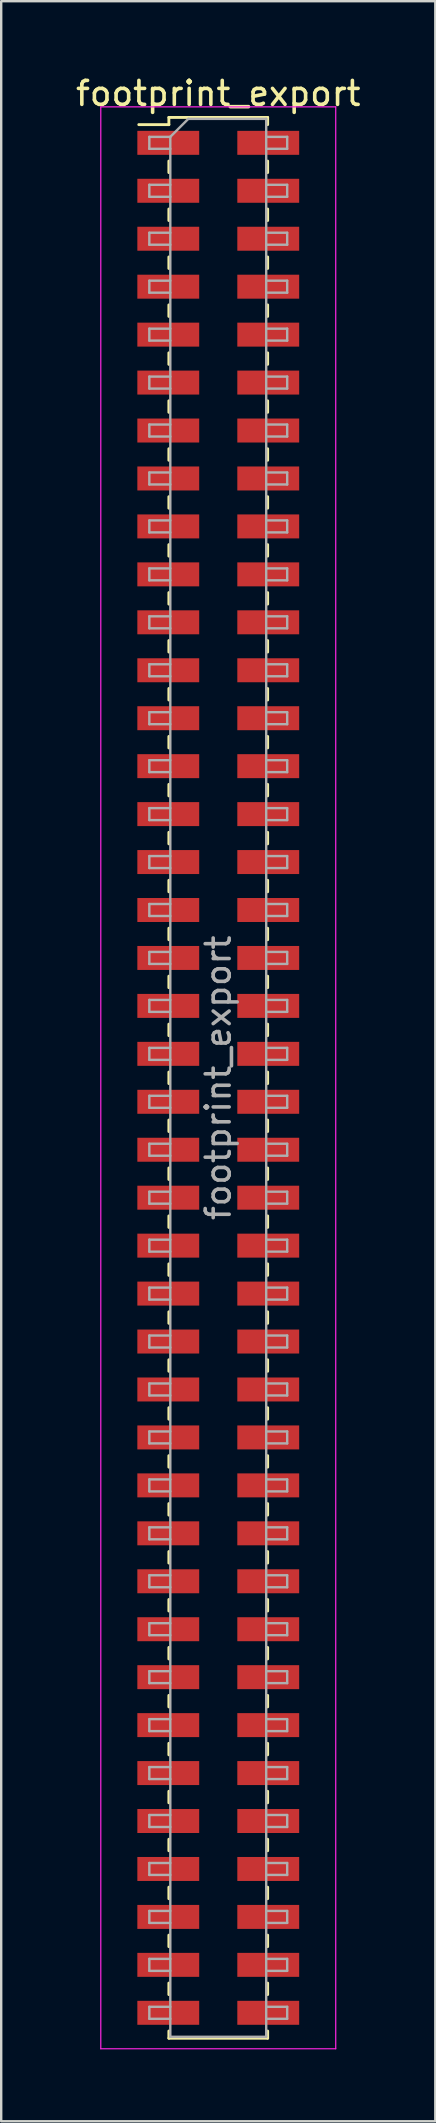
<source format=kicad_pcb>
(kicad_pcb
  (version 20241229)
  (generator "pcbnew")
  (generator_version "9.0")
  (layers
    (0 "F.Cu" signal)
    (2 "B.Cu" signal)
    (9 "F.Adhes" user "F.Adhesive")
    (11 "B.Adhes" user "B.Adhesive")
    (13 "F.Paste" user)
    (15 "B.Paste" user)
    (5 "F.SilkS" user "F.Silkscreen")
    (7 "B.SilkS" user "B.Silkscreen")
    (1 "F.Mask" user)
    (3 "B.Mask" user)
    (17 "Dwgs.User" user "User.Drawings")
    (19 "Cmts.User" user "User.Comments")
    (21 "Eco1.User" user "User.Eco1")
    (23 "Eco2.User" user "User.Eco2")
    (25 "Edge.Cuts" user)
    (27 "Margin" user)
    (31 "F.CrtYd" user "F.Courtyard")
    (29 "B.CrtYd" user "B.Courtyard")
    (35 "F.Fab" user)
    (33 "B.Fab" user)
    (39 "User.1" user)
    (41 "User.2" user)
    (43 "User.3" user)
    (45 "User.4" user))
  (footprint "footprint_export"
    (layer "F.Cu")
    (at 6.054 41.908)
    (property "Reference" "footprint_export" (at 0 -41.06 0) (layer "F.SilkS") (effects (font (size 1 1) (thickness 0.15))))
    (attr smd)
    (fp_line (start -3.315 -39.76) (end -2.06 -39.76) (stroke (width 0.12) (type solid)) (layer "F.SilkS"))
    (fp_line (start -2.06 -40.06) (end -2.06 -39.76) (stroke (width 0.12) (type solid)) (layer "F.SilkS"))
    (fp_line (start -2.06 -40.06) (end 2.06 -40.06) (stroke (width 0.12) (type solid)) (layer "F.SilkS"))
    (fp_line (start -2.06 -38.24) (end -2.06 -37.76) (stroke (width 0.12) (type solid)) (layer "F.SilkS"))
    (fp_line (start -2.06 -36.24) (end -2.06 -35.76) (stroke (width 0.12) (type solid)) (layer "F.SilkS"))
    (fp_line (start -2.06 -34.24) (end -2.06 -33.76) (stroke (width 0.12) (type solid)) (layer "F.SilkS"))
    (fp_line (start -2.06 -32.24) (end -2.06 -31.76) (stroke (width 0.12) (type solid)) (layer "F.SilkS"))
    (fp_line (start -2.06 -30.24) (end -2.06 -29.76) (stroke (width 0.12) (type solid)) (layer "F.SilkS"))
    (fp_line (start -2.06 -28.24) (end -2.06 -27.76) (stroke (width 0.12) (type solid)) (layer "F.SilkS"))
    (fp_line (start -2.06 -26.24) (end -2.06 -25.76) (stroke (width 0.12) (type solid)) (layer "F.SilkS"))
    (fp_line (start -2.06 -24.24) (end -2.06 -23.76) (stroke (width 0.12) (type solid)) (layer "F.SilkS"))
    (fp_line (start -2.06 -22.24) (end -2.06 -21.76) (stroke (width 0.12) (type solid)) (layer "F.SilkS"))
    (fp_line (start -2.06 -20.24) (end -2.06 -19.76) (stroke (width 0.12) (type solid)) (layer "F.SilkS"))
    (fp_line (start -2.06 -18.24) (end -2.06 -17.76) (stroke (width 0.12) (type solid)) (layer "F.SilkS"))
    (fp_line (start -2.06 -16.24) (end -2.06 -15.76) (stroke (width 0.12) (type solid)) (layer "F.SilkS"))
    (fp_line (start -2.06 -14.24) (end -2.06 -13.76) (stroke (width 0.12) (type solid)) (layer "F.SilkS"))
    (fp_line (start -2.06 -12.24) (end -2.06 -11.76) (stroke (width 0.12) (type solid)) (layer "F.SilkS"))
    (fp_line (start -2.06 -10.24) (end -2.06 -9.76) (stroke (width 0.12) (type solid)) (layer "F.SilkS"))
    (fp_line (start -2.06 -8.24) (end -2.06 -7.76) (stroke (width 0.12) (type solid)) (layer "F.SilkS"))
    (fp_line (start -2.06 -6.24) (end -2.06 -5.76) (stroke (width 0.12) (type solid)) (layer "F.SilkS"))
    (fp_line (start -2.06 -4.24) (end -2.06 -3.76) (stroke (width 0.12) (type solid)) (layer "F.SilkS"))
    (fp_line (start -2.06 -2.24) (end -2.06 -1.76) (stroke (width 0.12) (type solid)) (layer "F.SilkS"))
    (fp_line (start -2.06 -0.24) (end -2.06 0.24) (stroke (width 0.12) (type solid)) (layer "F.SilkS"))
    (fp_line (start -2.06 1.76) (end -2.06 2.24) (stroke (width 0.12) (type solid)) (layer "F.SilkS"))
    (fp_line (start -2.06 3.76) (end -2.06 4.24) (stroke (width 0.12) (type solid)) (layer "F.SilkS"))
    (fp_line (start -2.06 5.76) (end -2.06 6.24) (stroke (width 0.12) (type solid)) (layer "F.SilkS"))
    (fp_line (start -2.06 7.76) (end -2.06 8.24) (stroke (width 0.12) (type solid)) (layer "F.SilkS"))
    (fp_line (start -2.06 9.76) (end -2.06 10.24) (stroke (width 0.12) (type solid)) (layer "F.SilkS"))
    (fp_line (start -2.06 11.76) (end -2.06 12.24) (stroke (width 0.12) (type solid)) (layer "F.SilkS"))
    (fp_line (start -2.06 13.76) (end -2.06 14.24) (stroke (width 0.12) (type solid)) (layer "F.SilkS"))
    (fp_line (start -2.06 15.76) (end -2.06 16.24) (stroke (width 0.12) (type solid)) (layer "F.SilkS"))
    (fp_line (start -2.06 17.76) (end -2.06 18.24) (stroke (width 0.12) (type solid)) (layer "F.SilkS"))
    (fp_line (start -2.06 19.76) (end -2.06 20.24) (stroke (width 0.12) (type solid)) (layer "F.SilkS"))
    (fp_line (start -2.06 21.76) (end -2.06 22.24) (stroke (width 0.12) (type solid)) (layer "F.SilkS"))
    (fp_line (start -2.06 23.76) (end -2.06 24.24) (stroke (width 0.12) (type solid)) (layer "F.SilkS"))
    (fp_line (start -2.06 25.76) (end -2.06 26.24) (stroke (width 0.12) (type solid)) (layer "F.SilkS"))
    (fp_line (start -2.06 27.76) (end -2.06 28.24) (stroke (width 0.12) (type solid)) (layer "F.SilkS"))
    (fp_line (start -2.06 29.76) (end -2.06 30.24) (stroke (width 0.12) (type solid)) (layer "F.SilkS"))
    (fp_line (start -2.06 31.76) (end -2.06 32.24) (stroke (width 0.12) (type solid)) (layer "F.SilkS"))
    (fp_line (start -2.06 33.76) (end -2.06 34.24) (stroke (width 0.12) (type solid)) (layer "F.SilkS"))
    (fp_line (start -2.06 35.76) (end -2.06 36.24) (stroke (width 0.12) (type solid)) (layer "F.SilkS"))
    (fp_line (start -2.06 37.76) (end -2.06 38.24) (stroke (width 0.12) (type solid)) (layer "F.SilkS"))
    (fp_line (start -2.06 39.76) (end -2.06 40.06) (stroke (width 0.12) (type solid)) (layer "F.SilkS"))
    (fp_line (start -2.06 40.06) (end 2.06 40.06) (stroke (width 0.12) (type solid)) (layer "F.SilkS"))
    (fp_line (start 2.06 -40.06) (end 2.06 -39.76) (stroke (width 0.12) (type solid)) (layer "F.SilkS"))
    (fp_line (start 2.06 -38.24) (end 2.06 -37.76) (stroke (width 0.12) (type solid)) (layer "F.SilkS"))
    (fp_line (start 2.06 -36.24) (end 2.06 -35.76) (stroke (width 0.12) (type solid)) (layer "F.SilkS"))
    (fp_line (start 2.06 -34.24) (end 2.06 -33.76) (stroke (width 0.12) (type solid)) (layer "F.SilkS"))
    (fp_line (start 2.06 -32.24) (end 2.06 -31.76) (stroke (width 0.12) (type solid)) (layer "F.SilkS"))
    (fp_line (start 2.06 -30.24) (end 2.06 -29.76) (stroke (width 0.12) (type solid)) (layer "F.SilkS"))
    (fp_line (start 2.06 -28.24) (end 2.06 -27.76) (stroke (width 0.12) (type solid)) (layer "F.SilkS"))
    (fp_line (start 2.06 -26.24) (end 2.06 -25.76) (stroke (width 0.12) (type solid)) (layer "F.SilkS"))
    (fp_line (start 2.06 -24.24) (end 2.06 -23.76) (stroke (width 0.12) (type solid)) (layer "F.SilkS"))
    (fp_line (start 2.06 -22.24) (end 2.06 -21.76) (stroke (width 0.12) (type solid)) (layer "F.SilkS"))
    (fp_line (start 2.06 -20.24) (end 2.06 -19.76) (stroke (width 0.12) (type solid)) (layer "F.SilkS"))
    (fp_line (start 2.06 -18.24) (end 2.06 -17.76) (stroke (width 0.12) (type solid)) (layer "F.SilkS"))
    (fp_line (start 2.06 -16.24) (end 2.06 -15.76) (stroke (width 0.12) (type solid)) (layer "F.SilkS"))
    (fp_line (start 2.06 -14.24) (end 2.06 -13.76) (stroke (width 0.12) (type solid)) (layer "F.SilkS"))
    (fp_line (start 2.06 -12.24) (end 2.06 -11.76) (stroke (width 0.12) (type solid)) (layer "F.SilkS"))
    (fp_line (start 2.06 -10.24) (end 2.06 -9.76) (stroke (width 0.12) (type solid)) (layer "F.SilkS"))
    (fp_line (start 2.06 -8.24) (end 2.06 -7.76) (stroke (width 0.12) (type solid)) (layer "F.SilkS"))
    (fp_line (start 2.06 -6.24) (end 2.06 -5.76) (stroke (width 0.12) (type solid)) (layer "F.SilkS"))
    (fp_line (start 2.06 -4.24) (end 2.06 -3.76) (stroke (width 0.12) (type solid)) (layer "F.SilkS"))
    (fp_line (start 2.06 -2.24) (end 2.06 -1.76) (stroke (width 0.12) (type solid)) (layer "F.SilkS"))
    (fp_line (start 2.06 -0.24) (end 2.06 0.24) (stroke (width 0.12) (type solid)) (layer "F.SilkS"))
    (fp_line (start 2.06 1.76) (end 2.06 2.24) (stroke (width 0.12) (type solid)) (layer "F.SilkS"))
    (fp_line (start 2.06 3.76) (end 2.06 4.24) (stroke (width 0.12) (type solid)) (layer "F.SilkS"))
    (fp_line (start 2.06 5.76) (end 2.06 6.24) (stroke (width 0.12) (type solid)) (layer "F.SilkS"))
    (fp_line (start 2.06 7.76) (end 2.06 8.24) (stroke (width 0.12) (type solid)) (layer "F.SilkS"))
    (fp_line (start 2.06 9.76) (end 2.06 10.24) (stroke (width 0.12) (type solid)) (layer "F.SilkS"))
    (fp_line (start 2.06 11.76) (end 2.06 12.24) (stroke (width 0.12) (type solid)) (layer "F.SilkS"))
    (fp_line (start 2.06 13.76) (end 2.06 14.24) (stroke (width 0.12) (type solid)) (layer "F.SilkS"))
    (fp_line (start 2.06 15.76) (end 2.06 16.24) (stroke (width 0.12) (type solid)) (layer "F.SilkS"))
    (fp_line (start 2.06 17.76) (end 2.06 18.24) (stroke (width 0.12) (type solid)) (layer "F.SilkS"))
    (fp_line (start 2.06 19.76) (end 2.06 20.24) (stroke (width 0.12) (type solid)) (layer "F.SilkS"))
    (fp_line (start 2.06 21.76) (end 2.06 22.24) (stroke (width 0.12) (type solid)) (layer "F.SilkS"))
    (fp_line (start 2.06 23.76) (end 2.06 24.24) (stroke (width 0.12) (type solid)) (layer "F.SilkS"))
    (fp_line (start 2.06 25.76) (end 2.06 26.24) (stroke (width 0.12) (type solid)) (layer "F.SilkS"))
    (fp_line (start 2.06 27.76) (end 2.06 28.24) (stroke (width 0.12) (type solid)) (layer "F.SilkS"))
    (fp_line (start 2.06 29.76) (end 2.06 30.24) (stroke (width 0.12) (type solid)) (layer "F.SilkS"))
    (fp_line (start 2.06 31.76) (end 2.06 32.24) (stroke (width 0.12) (type solid)) (layer "F.SilkS"))
    (fp_line (start 2.06 33.76) (end 2.06 34.24) (stroke (width 0.12) (type solid)) (layer "F.SilkS"))
    (fp_line (start 2.06 35.76) (end 2.06 36.24) (stroke (width 0.12) (type solid)) (layer "F.SilkS"))
    (fp_line (start 2.06 37.76) (end 2.06 38.24) (stroke (width 0.12) (type solid)) (layer "F.SilkS"))
    (fp_line (start 2.06 39.76) (end 2.06 40.06) (stroke (width 0.12) (type solid)) (layer "F.SilkS"))
    (fp_line (start -4.9 -40.5) (end -4.9 40.5) (stroke (width 0.05) (type solid)) (layer "F.CrtYd"))
    (fp_line (start -4.9 40.5) (end 4.9 40.5) (stroke (width 0.05) (type solid)) (layer "F.CrtYd"))
    (fp_line (start 4.9 -40.5) (end -4.9 -40.5) (stroke (width 0.05) (type solid)) (layer "F.CrtYd"))
    (fp_line (start 4.9 40.5) (end 4.9 -40.5) (stroke (width 0.05) (type solid)) (layer "F.CrtYd"))
    (fp_line (start -2.875 -39.25) (end -2.875 -38.75) (stroke (width 0.1) (type solid)) (layer "F.Fab"))
    (fp_line (start -2.875 -38.75) (end -2 -38.75) (stroke (width 0.1) (type solid)) (layer "F.Fab"))
    (fp_line (start -2.875 -37.25) (end -2.875 -36.75) (stroke (width 0.1) (type solid)) (layer "F.Fab"))
    (fp_line (start -2.875 -36.75) (end -2 -36.75) (stroke (width 0.1) (type solid)) (layer "F.Fab"))
    (fp_line (start -2.875 -35.25) (end -2.875 -34.75) (stroke (width 0.1) (type solid)) (layer "F.Fab"))
    (fp_line (start -2.875 -34.75) (end -2 -34.75) (stroke (width 0.1) (type solid)) (layer "F.Fab"))
    (fp_line (start -2.875 -33.25) (end -2.875 -32.75) (stroke (width 0.1) (type solid)) (layer "F.Fab"))
    (fp_line (start -2.875 -32.75) (end -2 -32.75) (stroke (width 0.1) (type solid)) (layer "F.Fab"))
    (fp_line (start -2.875 -31.25) (end -2.875 -30.75) (stroke (width 0.1) (type solid)) (layer "F.Fab"))
    (fp_line (start -2.875 -30.75) (end -2 -30.75) (stroke (width 0.1) (type solid)) (layer "F.Fab"))
    (fp_line (start -2.875 -29.25) (end -2.875 -28.75) (stroke (width 0.1) (type solid)) (layer "F.Fab"))
    (fp_line (start -2.875 -28.75) (end -2 -28.75) (stroke (width 0.1) (type solid)) (layer "F.Fab"))
    (fp_line (start -2.875 -27.25) (end -2.875 -26.75) (stroke (width 0.1) (type solid)) (layer "F.Fab"))
    (fp_line (start -2.875 -26.75) (end -2 -26.75) (stroke (width 0.1) (type solid)) (layer "F.Fab"))
    (fp_line (start -2.875 -25.25) (end -2.875 -24.75) (stroke (width 0.1) (type solid)) (layer "F.Fab"))
    (fp_line (start -2.875 -24.75) (end -2 -24.75) (stroke (width 0.1) (type solid)) (layer "F.Fab"))
    (fp_line (start -2.875 -23.25) (end -2.875 -22.75) (stroke (width 0.1) (type solid)) (layer "F.Fab"))
    (fp_line (start -2.875 -22.75) (end -2 -22.75) (stroke (width 0.1) (type solid)) (layer "F.Fab"))
    (fp_line (start -2.875 -21.25) (end -2.875 -20.75) (stroke (width 0.1) (type solid)) (layer "F.Fab"))
    (fp_line (start -2.875 -20.75) (end -2 -20.75) (stroke (width 0.1) (type solid)) (layer "F.Fab"))
    (fp_line (start -2.875 -19.25) (end -2.875 -18.75) (stroke (width 0.1) (type solid)) (layer "F.Fab"))
    (fp_line (start -2.875 -18.75) (end -2 -18.75) (stroke (width 0.1) (type solid)) (layer "F.Fab"))
    (fp_line (start -2.875 -17.25) (end -2.875 -16.75) (stroke (width 0.1) (type solid)) (layer "F.Fab"))
    (fp_line (start -2.875 -16.75) (end -2 -16.75) (stroke (width 0.1) (type solid)) (layer "F.Fab"))
    (fp_line (start -2.875 -15.25) (end -2.875 -14.75) (stroke (width 0.1) (type solid)) (layer "F.Fab"))
    (fp_line (start -2.875 -14.75) (end -2 -14.75) (stroke (width 0.1) (type solid)) (layer "F.Fab"))
    (fp_line (start -2.875 -13.25) (end -2.875 -12.75) (stroke (width 0.1) (type solid)) (layer "F.Fab"))
    (fp_line (start -2.875 -12.75) (end -2 -12.75) (stroke (width 0.1) (type solid)) (layer "F.Fab"))
    (fp_line (start -2.875 -11.25) (end -2.875 -10.75) (stroke (width 0.1) (type solid)) (layer "F.Fab"))
    (fp_line (start -2.875 -10.75) (end -2 -10.75) (stroke (width 0.1) (type solid)) (layer "F.Fab"))
    (fp_line (start -2.875 -9.25) (end -2.875 -8.75) (stroke (width 0.1) (type solid)) (layer "F.Fab"))
    (fp_line (start -2.875 -8.75) (end -2 -8.75) (stroke (width 0.1) (type solid)) (layer "F.Fab"))
    (fp_line (start -2.875 -7.25) (end -2.875 -6.75) (stroke (width 0.1) (type solid)) (layer "F.Fab"))
    (fp_line (start -2.875 -6.75) (end -2 -6.75) (stroke (width 0.1) (type solid)) (layer "F.Fab"))
    (fp_line (start -2.875 -5.25) (end -2.875 -4.75) (stroke (width 0.1) (type solid)) (layer "F.Fab"))
    (fp_line (start -2.875 -4.75) (end -2 -4.75) (stroke (width 0.1) (type solid)) (layer "F.Fab"))
    (fp_line (start -2.875 -3.25) (end -2.875 -2.75) (stroke (width 0.1) (type solid)) (layer "F.Fab"))
    (fp_line (start -2.875 -2.75) (end -2 -2.75) (stroke (width 0.1) (type solid)) (layer "F.Fab"))
    (fp_line (start -2.875 -1.25) (end -2.875 -0.75) (stroke (width 0.1) (type solid)) (layer "F.Fab"))
    (fp_line (start -2.875 -0.75) (end -2 -0.75) (stroke (width 0.1) (type solid)) (layer "F.Fab"))
    (fp_line (start -2.875 0.75) (end -2.875 1.25) (stroke (width 0.1) (type solid)) (layer "F.Fab"))
    (fp_line (start -2.875 1.25) (end -2 1.25) (stroke (width 0.1) (type solid)) (layer "F.Fab"))
    (fp_line (start -2.875 2.75) (end -2.875 3.25) (stroke (width 0.1) (type solid)) (layer "F.Fab"))
    (fp_line (start -2.875 3.25) (end -2 3.25) (stroke (width 0.1) (type solid)) (layer "F.Fab"))
    (fp_line (start -2.875 4.75) (end -2.875 5.25) (stroke (width 0.1) (type solid)) (layer "F.Fab"))
    (fp_line (start -2.875 5.25) (end -2 5.25) (stroke (width 0.1) (type solid)) (layer "F.Fab"))
    (fp_line (start -2.875 6.75) (end -2.875 7.25) (stroke (width 0.1) (type solid)) (layer "F.Fab"))
    (fp_line (start -2.875 7.25) (end -2 7.25) (stroke (width 0.1) (type solid)) (layer "F.Fab"))
    (fp_line (start -2.875 8.75) (end -2.875 9.25) (stroke (width 0.1) (type solid)) (layer "F.Fab"))
    (fp_line (start -2.875 9.25) (end -2 9.25) (stroke (width 0.1) (type solid)) (layer "F.Fab"))
    (fp_line (start -2.875 10.75) (end -2.875 11.25) (stroke (width 0.1) (type solid)) (layer "F.Fab"))
    (fp_line (start -2.875 11.25) (end -2 11.25) (stroke (width 0.1) (type solid)) (layer "F.Fab"))
    (fp_line (start -2.875 12.75) (end -2.875 13.25) (stroke (width 0.1) (type solid)) (layer "F.Fab"))
    (fp_line (start -2.875 13.25) (end -2 13.25) (stroke (width 0.1) (type solid)) (layer "F.Fab"))
    (fp_line (start -2.875 14.75) (end -2.875 15.25) (stroke (width 0.1) (type solid)) (layer "F.Fab"))
    (fp_line (start -2.875 15.25) (end -2 15.25) (stroke (width 0.1) (type solid)) (layer "F.Fab"))
    (fp_line (start -2.875 16.75) (end -2.875 17.25) (stroke (width 0.1) (type solid)) (layer "F.Fab"))
    (fp_line (start -2.875 17.25) (end -2 17.25) (stroke (width 0.1) (type solid)) (layer "F.Fab"))
    (fp_line (start -2.875 18.75) (end -2.875 19.25) (stroke (width 0.1) (type solid)) (layer "F.Fab"))
    (fp_line (start -2.875 19.25) (end -2 19.25) (stroke (width 0.1) (type solid)) (layer "F.Fab"))
    (fp_line (start -2.875 20.75) (end -2.875 21.25) (stroke (width 0.1) (type solid)) (layer "F.Fab"))
    (fp_line (start -2.875 21.25) (end -2 21.25) (stroke (width 0.1) (type solid)) (layer "F.Fab"))
    (fp_line (start -2.875 22.75) (end -2.875 23.25) (stroke (width 0.1) (type solid)) (layer "F.Fab"))
    (fp_line (start -2.875 23.25) (end -2 23.25) (stroke (width 0.1) (type solid)) (layer "F.Fab"))
    (fp_line (start -2.875 24.75) (end -2.875 25.25) (stroke (width 0.1) (type solid)) (layer "F.Fab"))
    (fp_line (start -2.875 25.25) (end -2 25.25) (stroke (width 0.1) (type solid)) (layer "F.Fab"))
    (fp_line (start -2.875 26.75) (end -2.875 27.25) (stroke (width 0.1) (type solid)) (layer "F.Fab"))
    (fp_line (start -2.875 27.25) (end -2 27.25) (stroke (width 0.1) (type solid)) (layer "F.Fab"))
    (fp_line (start -2.875 28.75) (end -2.875 29.25) (stroke (width 0.1) (type solid)) (layer "F.Fab"))
    (fp_line (start -2.875 29.25) (end -2 29.25) (stroke (width 0.1) (type solid)) (layer "F.Fab"))
    (fp_line (start -2.875 30.75) (end -2.875 31.25) (stroke (width 0.1) (type solid)) (layer "F.Fab"))
    (fp_line (start -2.875 31.25) (end -2 31.25) (stroke (width 0.1) (type solid)) (layer "F.Fab"))
    (fp_line (start -2.875 32.75) (end -2.875 33.25) (stroke (width 0.1) (type solid)) (layer "F.Fab"))
    (fp_line (start -2.875 33.25) (end -2 33.25) (stroke (width 0.1) (type solid)) (layer "F.Fab"))
    (fp_line (start -2.875 34.75) (end -2.875 35.25) (stroke (width 0.1) (type solid)) (layer "F.Fab"))
    (fp_line (start -2.875 35.25) (end -2 35.25) (stroke (width 0.1) (type solid)) (layer "F.Fab"))
    (fp_line (start -2.875 36.75) (end -2.875 37.25) (stroke (width 0.1) (type solid)) (layer "F.Fab"))
    (fp_line (start -2.875 37.25) (end -2 37.25) (stroke (width 0.1) (type solid)) (layer "F.Fab"))
    (fp_line (start -2.875 38.75) (end -2.875 39.25) (stroke (width 0.1) (type solid)) (layer "F.Fab"))
    (fp_line (start -2.875 39.25) (end -2 39.25) (stroke (width 0.1) (type solid)) (layer "F.Fab"))
    (fp_line (start -2 -39.25) (end -2.875 -39.25) (stroke (width 0.1) (type solid)) (layer "F.Fab"))
    (fp_line (start -2 -39.25) (end -1.25 -40) (stroke (width 0.1) (type solid)) (layer "F.Fab"))
    (fp_line (start -2 -37.25) (end -2.875 -37.25) (stroke (width 0.1) (type solid)) (layer "F.Fab"))
    (fp_line (start -2 -35.25) (end -2.875 -35.25) (stroke (width 0.1) (type solid)) (layer "F.Fab"))
    (fp_line (start -2 -33.25) (end -2.875 -33.25) (stroke (width 0.1) (type solid)) (layer "F.Fab"))
    (fp_line (start -2 -31.25) (end -2.875 -31.25) (stroke (width 0.1) (type solid)) (layer "F.Fab"))
    (fp_line (start -2 -29.25) (end -2.875 -29.25) (stroke (width 0.1) (type solid)) (layer "F.Fab"))
    (fp_line (start -2 -27.25) (end -2.875 -27.25) (stroke (width 0.1) (type solid)) (layer "F.Fab"))
    (fp_line (start -2 -25.25) (end -2.875 -25.25) (stroke (width 0.1) (type solid)) (layer "F.Fab"))
    (fp_line (start -2 -23.25) (end -2.875 -23.25) (stroke (width 0.1) (type solid)) (layer "F.Fab"))
    (fp_line (start -2 -21.25) (end -2.875 -21.25) (stroke (width 0.1) (type solid)) (layer "F.Fab"))
    (fp_line (start -2 -19.25) (end -2.875 -19.25) (stroke (width 0.1) (type solid)) (layer "F.Fab"))
    (fp_line (start -2 -17.25) (end -2.875 -17.25) (stroke (width 0.1) (type solid)) (layer "F.Fab"))
    (fp_line (start -2 -15.25) (end -2.875 -15.25) (stroke (width 0.1) (type solid)) (layer "F.Fab"))
    (fp_line (start -2 -13.25) (end -2.875 -13.25) (stroke (width 0.1) (type solid)) (layer "F.Fab"))
    (fp_line (start -2 -11.25) (end -2.875 -11.25) (stroke (width 0.1) (type solid)) (layer "F.Fab"))
    (fp_line (start -2 -9.25) (end -2.875 -9.25) (stroke (width 0.1) (type solid)) (layer "F.Fab"))
    (fp_line (start -2 -7.25) (end -2.875 -7.25) (stroke (width 0.1) (type solid)) (layer "F.Fab"))
    (fp_line (start -2 -5.25) (end -2.875 -5.25) (stroke (width 0.1) (type solid)) (layer "F.Fab"))
    (fp_line (start -2 -3.25) (end -2.875 -3.25) (stroke (width 0.1) (type solid)) (layer "F.Fab"))
    (fp_line (start -2 -1.25) (end -2.875 -1.25) (stroke (width 0.1) (type solid)) (layer "F.Fab"))
    (fp_line (start -2 0.75) (end -2.875 0.75) (stroke (width 0.1) (type solid)) (layer "F.Fab"))
    (fp_line (start -2 2.75) (end -2.875 2.75) (stroke (width 0.1) (type solid)) (layer "F.Fab"))
    (fp_line (start -2 4.75) (end -2.875 4.75) (stroke (width 0.1) (type solid)) (layer "F.Fab"))
    (fp_line (start -2 6.75) (end -2.875 6.75) (stroke (width 0.1) (type solid)) (layer "F.Fab"))
    (fp_line (start -2 8.75) (end -2.875 8.75) (stroke (width 0.1) (type solid)) (layer "F.Fab"))
    (fp_line (start -2 10.75) (end -2.875 10.75) (stroke (width 0.1) (type solid)) (layer "F.Fab"))
    (fp_line (start -2 12.75) (end -2.875 12.75) (stroke (width 0.1) (type solid)) (layer "F.Fab"))
    (fp_line (start -2 14.75) (end -2.875 14.75) (stroke (width 0.1) (type solid)) (layer "F.Fab"))
    (fp_line (start -2 16.75) (end -2.875 16.75) (stroke (width 0.1) (type solid)) (layer "F.Fab"))
    (fp_line (start -2 18.75) (end -2.875 18.75) (stroke (width 0.1) (type solid)) (layer "F.Fab"))
    (fp_line (start -2 20.75) (end -2.875 20.75) (stroke (width 0.1) (type solid)) (layer "F.Fab"))
    (fp_line (start -2 22.75) (end -2.875 22.75) (stroke (width 0.1) (type solid)) (layer "F.Fab"))
    (fp_line (start -2 24.75) (end -2.875 24.75) (stroke (width 0.1) (type solid)) (layer "F.Fab"))
    (fp_line (start -2 26.75) (end -2.875 26.75) (stroke (width 0.1) (type solid)) (layer "F.Fab"))
    (fp_line (start -2 28.75) (end -2.875 28.75) (stroke (width 0.1) (type solid)) (layer "F.Fab"))
    (fp_line (start -2 30.75) (end -2.875 30.75) (stroke (width 0.1) (type solid)) (layer "F.Fab"))
    (fp_line (start -2 32.75) (end -2.875 32.75) (stroke (width 0.1) (type solid)) (layer "F.Fab"))
    (fp_line (start -2 34.75) (end -2.875 34.75) (stroke (width 0.1) (type solid)) (layer "F.Fab"))
    (fp_line (start -2 36.75) (end -2.875 36.75) (stroke (width 0.1) (type solid)) (layer "F.Fab"))
    (fp_line (start -2 38.75) (end -2.875 38.75) (stroke (width 0.1) (type solid)) (layer "F.Fab"))
    (fp_line (start -2 40) (end -2 -39.25) (stroke (width 0.1) (type solid)) (layer "F.Fab"))
    (fp_line (start -1.25 -40) (end 2 -40) (stroke (width 0.1) (type solid)) (layer "F.Fab"))
    (fp_line (start 2 -40) (end 2 40) (stroke (width 0.1) (type solid)) (layer "F.Fab"))
    (fp_line (start 2 -39.25) (end 2.875 -39.25) (stroke (width 0.1) (type solid)) (layer "F.Fab"))
    (fp_line (start 2 -37.25) (end 2.875 -37.25) (stroke (width 0.1) (type solid)) (layer "F.Fab"))
    (fp_line (start 2 -35.25) (end 2.875 -35.25) (stroke (width 0.1) (type solid)) (layer "F.Fab"))
    (fp_line (start 2 -33.25) (end 2.875 -33.25) (stroke (width 0.1) (type solid)) (layer "F.Fab"))
    (fp_line (start 2 -31.25) (end 2.875 -31.25) (stroke (width 0.1) (type solid)) (layer "F.Fab"))
    (fp_line (start 2 -29.25) (end 2.875 -29.25) (stroke (width 0.1) (type solid)) (layer "F.Fab"))
    (fp_line (start 2 -27.25) (end 2.875 -27.25) (stroke (width 0.1) (type solid)) (layer "F.Fab"))
    (fp_line (start 2 -25.25) (end 2.875 -25.25) (stroke (width 0.1) (type solid)) (layer "F.Fab"))
    (fp_line (start 2 -23.25) (end 2.875 -23.25) (stroke (width 0.1) (type solid)) (layer "F.Fab"))
    (fp_line (start 2 -21.25) (end 2.875 -21.25) (stroke (width 0.1) (type solid)) (layer "F.Fab"))
    (fp_line (start 2 -19.25) (end 2.875 -19.25) (stroke (width 0.1) (type solid)) (layer "F.Fab"))
    (fp_line (start 2 -17.25) (end 2.875 -17.25) (stroke (width 0.1) (type solid)) (layer "F.Fab"))
    (fp_line (start 2 -15.25) (end 2.875 -15.25) (stroke (width 0.1) (type solid)) (layer "F.Fab"))
    (fp_line (start 2 -13.25) (end 2.875 -13.25) (stroke (width 0.1) (type solid)) (layer "F.Fab"))
    (fp_line (start 2 -11.25) (end 2.875 -11.25) (stroke (width 0.1) (type solid)) (layer "F.Fab"))
    (fp_line (start 2 -9.25) (end 2.875 -9.25) (stroke (width 0.1) (type solid)) (layer "F.Fab"))
    (fp_line (start 2 -7.25) (end 2.875 -7.25) (stroke (width 0.1) (type solid)) (layer "F.Fab"))
    (fp_line (start 2 -5.25) (end 2.875 -5.25) (stroke (width 0.1) (type solid)) (layer "F.Fab"))
    (fp_line (start 2 -3.25) (end 2.875 -3.25) (stroke (width 0.1) (type solid)) (layer "F.Fab"))
    (fp_line (start 2 -1.25) (end 2.875 -1.25) (stroke (width 0.1) (type solid)) (layer "F.Fab"))
    (fp_line (start 2 0.75) (end 2.875 0.75) (stroke (width 0.1) (type solid)) (layer "F.Fab"))
    (fp_line (start 2 2.75) (end 2.875 2.75) (stroke (width 0.1) (type solid)) (layer "F.Fab"))
    (fp_line (start 2 4.75) (end 2.875 4.75) (stroke (width 0.1) (type solid)) (layer "F.Fab"))
    (fp_line (start 2 6.75) (end 2.875 6.75) (stroke (width 0.1) (type solid)) (layer "F.Fab"))
    (fp_line (start 2 8.75) (end 2.875 8.75) (stroke (width 0.1) (type solid)) (layer "F.Fab"))
    (fp_line (start 2 10.75) (end 2.875 10.75) (stroke (width 0.1) (type solid)) (layer "F.Fab"))
    (fp_line (start 2 12.75) (end 2.875 12.75) (stroke (width 0.1) (type solid)) (layer "F.Fab"))
    (fp_line (start 2 14.75) (end 2.875 14.75) (stroke (width 0.1) (type solid)) (layer "F.Fab"))
    (fp_line (start 2 16.75) (end 2.875 16.75) (stroke (width 0.1) (type solid)) (layer "F.Fab"))
    (fp_line (start 2 18.75) (end 2.875 18.75) (stroke (width 0.1) (type solid)) (layer "F.Fab"))
    (fp_line (start 2 20.75) (end 2.875 20.75) (stroke (width 0.1) (type solid)) (layer "F.Fab"))
    (fp_line (start 2 22.75) (end 2.875 22.75) (stroke (width 0.1) (type solid)) (layer "F.Fab"))
    (fp_line (start 2 24.75) (end 2.875 24.75) (stroke (width 0.1) (type solid)) (layer "F.Fab"))
    (fp_line (start 2 26.75) (end 2.875 26.75) (stroke (width 0.1) (type solid)) (layer "F.Fab"))
    (fp_line (start 2 28.75) (end 2.875 28.75) (stroke (width 0.1) (type solid)) (layer "F.Fab"))
    (fp_line (start 2 30.75) (end 2.875 30.75) (stroke (width 0.1) (type solid)) (layer "F.Fab"))
    (fp_line (start 2 32.75) (end 2.875 32.75) (stroke (width 0.1) (type solid)) (layer "F.Fab"))
    (fp_line (start 2 34.75) (end 2.875 34.75) (stroke (width 0.1) (type solid)) (layer "F.Fab"))
    (fp_line (start 2 36.75) (end 2.875 36.75) (stroke (width 0.1) (type solid)) (layer "F.Fab"))
    (fp_line (start 2 38.75) (end 2.875 38.75) (stroke (width 0.1) (type solid)) (layer "F.Fab"))
    (fp_line (start 2 40) (end -2 40) (stroke (width 0.1) (type solid)) (layer "F.Fab"))
    (fp_line (start 2.875 -39.25) (end 2.875 -38.75) (stroke (width 0.1) (type solid)) (layer "F.Fab"))
    (fp_line (start 2.875 -38.75) (end 2 -38.75) (stroke (width 0.1) (type solid)) (layer "F.Fab"))
    (fp_line (start 2.875 -37.25) (end 2.875 -36.75) (stroke (width 0.1) (type solid)) (layer "F.Fab"))
    (fp_line (start 2.875 -36.75) (end 2 -36.75) (stroke (width 0.1) (type solid)) (layer "F.Fab"))
    (fp_line (start 2.875 -35.25) (end 2.875 -34.75) (stroke (width 0.1) (type solid)) (layer "F.Fab"))
    (fp_line (start 2.875 -34.75) (end 2 -34.75) (stroke (width 0.1) (type solid)) (layer "F.Fab"))
    (fp_line (start 2.875 -33.25) (end 2.875 -32.75) (stroke (width 0.1) (type solid)) (layer "F.Fab"))
    (fp_line (start 2.875 -32.75) (end 2 -32.75) (stroke (width 0.1) (type solid)) (layer "F.Fab"))
    (fp_line (start 2.875 -31.25) (end 2.875 -30.75) (stroke (width 0.1) (type solid)) (layer "F.Fab"))
    (fp_line (start 2.875 -30.75) (end 2 -30.75) (stroke (width 0.1) (type solid)) (layer "F.Fab"))
    (fp_line (start 2.875 -29.25) (end 2.875 -28.75) (stroke (width 0.1) (type solid)) (layer "F.Fab"))
    (fp_line (start 2.875 -28.75) (end 2 -28.75) (stroke (width 0.1) (type solid)) (layer "F.Fab"))
    (fp_line (start 2.875 -27.25) (end 2.875 -26.75) (stroke (width 0.1) (type solid)) (layer "F.Fab"))
    (fp_line (start 2.875 -26.75) (end 2 -26.75) (stroke (width 0.1) (type solid)) (layer "F.Fab"))
    (fp_line (start 2.875 -25.25) (end 2.875 -24.75) (stroke (width 0.1) (type solid)) (layer "F.Fab"))
    (fp_line (start 2.875 -24.75) (end 2 -24.75) (stroke (width 0.1) (type solid)) (layer "F.Fab"))
    (fp_line (start 2.875 -23.25) (end 2.875 -22.75) (stroke (width 0.1) (type solid)) (layer "F.Fab"))
    (fp_line (start 2.875 -22.75) (end 2 -22.75) (stroke (width 0.1) (type solid)) (layer "F.Fab"))
    (fp_line (start 2.875 -21.25) (end 2.875 -20.75) (stroke (width 0.1) (type solid)) (layer "F.Fab"))
    (fp_line (start 2.875 -20.75) (end 2 -20.75) (stroke (width 0.1) (type solid)) (layer "F.Fab"))
    (fp_line (start 2.875 -19.25) (end 2.875 -18.75) (stroke (width 0.1) (type solid)) (layer "F.Fab"))
    (fp_line (start 2.875 -18.75) (end 2 -18.75) (stroke (width 0.1) (type solid)) (layer "F.Fab"))
    (fp_line (start 2.875 -17.25) (end 2.875 -16.75) (stroke (width 0.1) (type solid)) (layer "F.Fab"))
    (fp_line (start 2.875 -16.75) (end 2 -16.75) (stroke (width 0.1) (type solid)) (layer "F.Fab"))
    (fp_line (start 2.875 -15.25) (end 2.875 -14.75) (stroke (width 0.1) (type solid)) (layer "F.Fab"))
    (fp_line (start 2.875 -14.75) (end 2 -14.75) (stroke (width 0.1) (type solid)) (layer "F.Fab"))
    (fp_line (start 2.875 -13.25) (end 2.875 -12.75) (stroke (width 0.1) (type solid)) (layer "F.Fab"))
    (fp_line (start 2.875 -12.75) (end 2 -12.75) (stroke (width 0.1) (type solid)) (layer "F.Fab"))
    (fp_line (start 2.875 -11.25) (end 2.875 -10.75) (stroke (width 0.1) (type solid)) (layer "F.Fab"))
    (fp_line (start 2.875 -10.75) (end 2 -10.75) (stroke (width 0.1) (type solid)) (layer "F.Fab"))
    (fp_line (start 2.875 -9.25) (end 2.875 -8.75) (stroke (width 0.1) (type solid)) (layer "F.Fab"))
    (fp_line (start 2.875 -8.75) (end 2 -8.75) (stroke (width 0.1) (type solid)) (layer "F.Fab"))
    (fp_line (start 2.875 -7.25) (end 2.875 -6.75) (stroke (width 0.1) (type solid)) (layer "F.Fab"))
    (fp_line (start 2.875 -6.75) (end 2 -6.75) (stroke (width 0.1) (type solid)) (layer "F.Fab"))
    (fp_line (start 2.875 -5.25) (end 2.875 -4.75) (stroke (width 0.1) (type solid)) (layer "F.Fab"))
    (fp_line (start 2.875 -4.75) (end 2 -4.75) (stroke (width 0.1) (type solid)) (layer "F.Fab"))
    (fp_line (start 2.875 -3.25) (end 2.875 -2.75) (stroke (width 0.1) (type solid)) (layer "F.Fab"))
    (fp_line (start 2.875 -2.75) (end 2 -2.75) (stroke (width 0.1) (type solid)) (layer "F.Fab"))
    (fp_line (start 2.875 -1.25) (end 2.875 -0.75) (stroke (width 0.1) (type solid)) (layer "F.Fab"))
    (fp_line (start 2.875 -0.75) (end 2 -0.75) (stroke (width 0.1) (type solid)) (layer "F.Fab"))
    (fp_line (start 2.875 0.75) (end 2.875 1.25) (stroke (width 0.1) (type solid)) (layer "F.Fab"))
    (fp_line (start 2.875 1.25) (end 2 1.25) (stroke (width 0.1) (type solid)) (layer "F.Fab"))
    (fp_line (start 2.875 2.75) (end 2.875 3.25) (stroke (width 0.1) (type solid)) (layer "F.Fab"))
    (fp_line (start 2.875 3.25) (end 2 3.25) (stroke (width 0.1) (type solid)) (layer "F.Fab"))
    (fp_line (start 2.875 4.75) (end 2.875 5.25) (stroke (width 0.1) (type solid)) (layer "F.Fab"))
    (fp_line (start 2.875 5.25) (end 2 5.25) (stroke (width 0.1) (type solid)) (layer "F.Fab"))
    (fp_line (start 2.875 6.75) (end 2.875 7.25) (stroke (width 0.1) (type solid)) (layer "F.Fab"))
    (fp_line (start 2.875 7.25) (end 2 7.25) (stroke (width 0.1) (type solid)) (layer "F.Fab"))
    (fp_line (start 2.875 8.75) (end 2.875 9.25) (stroke (width 0.1) (type solid)) (layer "F.Fab"))
    (fp_line (start 2.875 9.25) (end 2 9.25) (stroke (width 0.1) (type solid)) (layer "F.Fab"))
    (fp_line (start 2.875 10.75) (end 2.875 11.25) (stroke (width 0.1) (type solid)) (layer "F.Fab"))
    (fp_line (start 2.875 11.25) (end 2 11.25) (stroke (width 0.1) (type solid)) (layer "F.Fab"))
    (fp_line (start 2.875 12.75) (end 2.875 13.25) (stroke (width 0.1) (type solid)) (layer "F.Fab"))
    (fp_line (start 2.875 13.25) (end 2 13.25) (stroke (width 0.1) (type solid)) (layer "F.Fab"))
    (fp_line (start 2.875 14.75) (end 2.875 15.25) (stroke (width 0.1) (type solid)) (layer "F.Fab"))
    (fp_line (start 2.875 15.25) (end 2 15.25) (stroke (width 0.1) (type solid)) (layer "F.Fab"))
    (fp_line (start 2.875 16.75) (end 2.875 17.25) (stroke (width 0.1) (type solid)) (layer "F.Fab"))
    (fp_line (start 2.875 17.25) (end 2 17.25) (stroke (width 0.1) (type solid)) (layer "F.Fab"))
    (fp_line (start 2.875 18.75) (end 2.875 19.25) (stroke (width 0.1) (type solid)) (layer "F.Fab"))
    (fp_line (start 2.875 19.25) (end 2 19.25) (stroke (width 0.1) (type solid)) (layer "F.Fab"))
    (fp_line (start 2.875 20.75) (end 2.875 21.25) (stroke (width 0.1) (type solid)) (layer "F.Fab"))
    (fp_line (start 2.875 21.25) (end 2 21.25) (stroke (width 0.1) (type solid)) (layer "F.Fab"))
    (fp_line (start 2.875 22.75) (end 2.875 23.25) (stroke (width 0.1) (type solid)) (layer "F.Fab"))
    (fp_line (start 2.875 23.25) (end 2 23.25) (stroke (width 0.1) (type solid)) (layer "F.Fab"))
    (fp_line (start 2.875 24.75) (end 2.875 25.25) (stroke (width 0.1) (type solid)) (layer "F.Fab"))
    (fp_line (start 2.875 25.25) (end 2 25.25) (stroke (width 0.1) (type solid)) (layer "F.Fab"))
    (fp_line (start 2.875 26.75) (end 2.875 27.25) (stroke (width 0.1) (type solid)) (layer "F.Fab"))
    (fp_line (start 2.875 27.25) (end 2 27.25) (stroke (width 0.1) (type solid)) (layer "F.Fab"))
    (fp_line (start 2.875 28.75) (end 2.875 29.25) (stroke (width 0.1) (type solid)) (layer "F.Fab"))
    (fp_line (start 2.875 29.25) (end 2 29.25) (stroke (width 0.1) (type solid)) (layer "F.Fab"))
    (fp_line (start 2.875 30.75) (end 2.875 31.25) (stroke (width 0.1) (type solid)) (layer "F.Fab"))
    (fp_line (start 2.875 31.25) (end 2 31.25) (stroke (width 0.1) (type solid)) (layer "F.Fab"))
    (fp_line (start 2.875 32.75) (end 2.875 33.25) (stroke (width 0.1) (type solid)) (layer "F.Fab"))
    (fp_line (start 2.875 33.25) (end 2 33.25) (stroke (width 0.1) (type solid)) (layer "F.Fab"))
    (fp_line (start 2.875 34.75) (end 2.875 35.25) (stroke (width 0.1) (type solid)) (layer "F.Fab"))
    (fp_line (start 2.875 35.25) (end 2 35.25) (stroke (width 0.1) (type solid)) (layer "F.Fab"))
    (fp_line (start 2.875 36.75) (end 2.875 37.25) (stroke (width 0.1) (type solid)) (layer "F.Fab"))
    (fp_line (start 2.875 37.25) (end 2 37.25) (stroke (width 0.1) (type solid)) (layer "F.Fab"))
    (fp_line (start 2.875 38.75) (end 2.875 39.25) (stroke (width 0.1) (type solid)) (layer "F.Fab"))
    (fp_line (start 2.875 39.25) (end 2 39.25) (stroke (width 0.1) (type solid)) (layer "F.Fab"))
    (fp_text user "${REFERENCE}" (at 0 0 90) (layer "F.Fab") (effects (font (size 1 1) (thickness 0.15))))
    (pad "1" smd rect (at -2.085 -39) (size 2.58 1) (layers "F.Cu" "F.Mask" "F.Paste"))
    (pad "2" smd rect (at 2.085 -39) (size 2.58 1) (layers "F.Cu" "F.Mask" "F.Paste"))
    (pad "3" smd rect (at -2.085 -37) (size 2.58 1) (layers "F.Cu" "F.Mask" "F.Paste"))
    (pad "4" smd rect (at 2.085 -37) (size 2.58 1) (layers "F.Cu" "F.Mask" "F.Paste"))
    (pad "5" smd rect (at -2.085 -35) (size 2.58 1) (layers "F.Cu" "F.Mask" "F.Paste"))
    (pad "6" smd rect (at 2.085 -35) (size 2.58 1) (layers "F.Cu" "F.Mask" "F.Paste"))
    (pad "7" smd rect (at -2.085 -33) (size 2.58 1) (layers "F.Cu" "F.Mask" "F.Paste"))
    (pad "8" smd rect (at 2.085 -33) (size 2.58 1) (layers "F.Cu" "F.Mask" "F.Paste"))
    (pad "9" smd rect (at -2.085 -31) (size 2.58 1) (layers "F.Cu" "F.Mask" "F.Paste"))
    (pad "10" smd rect (at 2.085 -31) (size 2.58 1) (layers "F.Cu" "F.Mask" "F.Paste"))
    (pad "11" smd rect (at -2.085 -29) (size 2.58 1) (layers "F.Cu" "F.Mask" "F.Paste"))
    (pad "12" smd rect (at 2.085 -29) (size 2.58 1) (layers "F.Cu" "F.Mask" "F.Paste"))
    (pad "13" smd rect (at -2.085 -27) (size 2.58 1) (layers "F.Cu" "F.Mask" "F.Paste"))
    (pad "14" smd rect (at 2.085 -27) (size 2.58 1) (layers "F.Cu" "F.Mask" "F.Paste"))
    (pad "15" smd rect (at -2.085 -25) (size 2.58 1) (layers "F.Cu" "F.Mask" "F.Paste"))
    (pad "16" smd rect (at 2.085 -25) (size 2.58 1) (layers "F.Cu" "F.Mask" "F.Paste"))
    (pad "17" smd rect (at -2.085 -23) (size 2.58 1) (layers "F.Cu" "F.Mask" "F.Paste"))
    (pad "18" smd rect (at 2.085 -23) (size 2.58 1) (layers "F.Cu" "F.Mask" "F.Paste"))
    (pad "19" smd rect (at -2.085 -21) (size 2.58 1) (layers "F.Cu" "F.Mask" "F.Paste"))
    (pad "20" smd rect (at 2.085 -21) (size 2.58 1) (layers "F.Cu" "F.Mask" "F.Paste"))
    (pad "21" smd rect (at -2.085 -19) (size 2.58 1) (layers "F.Cu" "F.Mask" "F.Paste"))
    (pad "22" smd rect (at 2.085 -19) (size 2.58 1) (layers "F.Cu" "F.Mask" "F.Paste"))
    (pad "23" smd rect (at -2.085 -17) (size 2.58 1) (layers "F.Cu" "F.Mask" "F.Paste"))
    (pad "24" smd rect (at 2.085 -17) (size 2.58 1) (layers "F.Cu" "F.Mask" "F.Paste"))
    (pad "25" smd rect (at -2.085 -15) (size 2.58 1) (layers "F.Cu" "F.Mask" "F.Paste"))
    (pad "26" smd rect (at 2.085 -15) (size 2.58 1) (layers "F.Cu" "F.Mask" "F.Paste"))
    (pad "27" smd rect (at -2.085 -13) (size 2.58 1) (layers "F.Cu" "F.Mask" "F.Paste"))
    (pad "28" smd rect (at 2.085 -13) (size 2.58 1) (layers "F.Cu" "F.Mask" "F.Paste"))
    (pad "29" smd rect (at -2.085 -11) (size 2.58 1) (layers "F.Cu" "F.Mask" "F.Paste"))
    (pad "30" smd rect (at 2.085 -11) (size 2.58 1) (layers "F.Cu" "F.Mask" "F.Paste"))
    (pad "31" smd rect (at -2.085 -9) (size 2.58 1) (layers "F.Cu" "F.Mask" "F.Paste"))
    (pad "32" smd rect (at 2.085 -9) (size 2.58 1) (layers "F.Cu" "F.Mask" "F.Paste"))
    (pad "33" smd rect (at -2.085 -7) (size 2.58 1) (layers "F.Cu" "F.Mask" "F.Paste"))
    (pad "34" smd rect (at 2.085 -7) (size 2.58 1) (layers "F.Cu" "F.Mask" "F.Paste"))
    (pad "35" smd rect (at -2.085 -5) (size 2.58 1) (layers "F.Cu" "F.Mask" "F.Paste"))
    (pad "36" smd rect (at 2.085 -5) (size 2.58 1) (layers "F.Cu" "F.Mask" "F.Paste"))
    (pad "37" smd rect (at -2.085 -3) (size 2.58 1) (layers "F.Cu" "F.Mask" "F.Paste"))
    (pad "38" smd rect (at 2.085 -3) (size 2.58 1) (layers "F.Cu" "F.Mask" "F.Paste"))
    (pad "39" smd rect (at -2.085 -1) (size 2.58 1) (layers "F.Cu" "F.Mask" "F.Paste"))
    (pad "40" smd rect (at 2.085 -1) (size 2.58 1) (layers "F.Cu" "F.Mask" "F.Paste"))
    (pad "41" smd rect (at -2.085 1) (size 2.58 1) (layers "F.Cu" "F.Mask" "F.Paste"))
    (pad "42" smd rect (at 2.085 1) (size 2.58 1) (layers "F.Cu" "F.Mask" "F.Paste"))
    (pad "43" smd rect (at -2.085 3) (size 2.58 1) (layers "F.Cu" "F.Mask" "F.Paste"))
    (pad "44" smd rect (at 2.085 3) (size 2.58 1) (layers "F.Cu" "F.Mask" "F.Paste"))
    (pad "45" smd rect (at -2.085 5) (size 2.58 1) (layers "F.Cu" "F.Mask" "F.Paste"))
    (pad "46" smd rect (at 2.085 5) (size 2.58 1) (layers "F.Cu" "F.Mask" "F.Paste"))
    (pad "47" smd rect (at -2.085 7) (size 2.58 1) (layers "F.Cu" "F.Mask" "F.Paste"))
    (pad "48" smd rect (at 2.085 7) (size 2.58 1) (layers "F.Cu" "F.Mask" "F.Paste"))
    (pad "49" smd rect (at -2.085 9) (size 2.58 1) (layers "F.Cu" "F.Mask" "F.Paste"))
    (pad "50" smd rect (at 2.085 9) (size 2.58 1) (layers "F.Cu" "F.Mask" "F.Paste"))
    (pad "51" smd rect (at -2.085 11) (size 2.58 1) (layers "F.Cu" "F.Mask" "F.Paste"))
    (pad "52" smd rect (at 2.085 11) (size 2.58 1) (layers "F.Cu" "F.Mask" "F.Paste"))
    (pad "53" smd rect (at -2.085 13) (size 2.58 1) (layers "F.Cu" "F.Mask" "F.Paste"))
    (pad "54" smd rect (at 2.085 13) (size 2.58 1) (layers "F.Cu" "F.Mask" "F.Paste"))
    (pad "55" smd rect (at -2.085 15) (size 2.58 1) (layers "F.Cu" "F.Mask" "F.Paste"))
    (pad "56" smd rect (at 2.085 15) (size 2.58 1) (layers "F.Cu" "F.Mask" "F.Paste"))
    (pad "57" smd rect (at -2.085 17) (size 2.58 1) (layers "F.Cu" "F.Mask" "F.Paste"))
    (pad "58" smd rect (at 2.085 17) (size 2.58 1) (layers "F.Cu" "F.Mask" "F.Paste"))
    (pad "59" smd rect (at -2.085 19) (size 2.58 1) (layers "F.Cu" "F.Mask" "F.Paste"))
    (pad "60" smd rect (at 2.085 19) (size 2.58 1) (layers "F.Cu" "F.Mask" "F.Paste"))
    (pad "61" smd rect (at -2.085 21) (size 2.58 1) (layers "F.Cu" "F.Mask" "F.Paste"))
    (pad "62" smd rect (at 2.085 21) (size 2.58 1) (layers "F.Cu" "F.Mask" "F.Paste"))
    (pad "63" smd rect (at -2.085 23) (size 2.58 1) (layers "F.Cu" "F.Mask" "F.Paste"))
    (pad "64" smd rect (at 2.085 23) (size 2.58 1) (layers "F.Cu" "F.Mask" "F.Paste"))
    (pad "65" smd rect (at -2.085 25) (size 2.58 1) (layers "F.Cu" "F.Mask" "F.Paste"))
    (pad "66" smd rect (at 2.085 25) (size 2.58 1) (layers "F.Cu" "F.Mask" "F.Paste"))
    (pad "67" smd rect (at -2.085 27) (size 2.58 1) (layers "F.Cu" "F.Mask" "F.Paste"))
    (pad "68" smd rect (at 2.085 27) (size 2.58 1) (layers "F.Cu" "F.Mask" "F.Paste"))
    (pad "69" smd rect (at -2.085 29) (size 2.58 1) (layers "F.Cu" "F.Mask" "F.Paste"))
    (pad "70" smd rect (at 2.085 29) (size 2.58 1) (layers "F.Cu" "F.Mask" "F.Paste"))
    (pad "71" smd rect (at -2.085 31) (size 2.58 1) (layers "F.Cu" "F.Mask" "F.Paste"))
    (pad "72" smd rect (at 2.085 31) (size 2.58 1) (layers "F.Cu" "F.Mask" "F.Paste"))
    (pad "73" smd rect (at -2.085 33) (size 2.58 1) (layers "F.Cu" "F.Mask" "F.Paste"))
    (pad "74" smd rect (at 2.085 33) (size 2.58 1) (layers "F.Cu" "F.Mask" "F.Paste"))
    (pad "75" smd rect (at -2.085 35) (size 2.58 1) (layers "F.Cu" "F.Mask" "F.Paste"))
    (pad "76" smd rect (at 2.085 35) (size 2.58 1) (layers "F.Cu" "F.Mask" "F.Paste"))
    (pad "77" smd rect (at -2.085 37) (size 2.58 1) (layers "F.Cu" "F.Mask" "F.Paste"))
    (pad "78" smd rect (at 2.085 37) (size 2.58 1) (layers "F.Cu" "F.Mask" "F.Paste"))
    (pad "79" smd rect (at -2.085 39) (size 2.58 1) (layers "F.Cu" "F.Mask" "F.Paste"))
    (pad "80" smd rect (at 2.085 39) (size 2.58 1) (layers "F.Cu" "F.Mask" "F.Paste")))
  (gr_rect
    (start -3 -3)
    (end 15.107 85.433)
    (stroke (width 0.1) (type default))
    (fill no)
    (layer "Edge.Cuts")))
</source>
